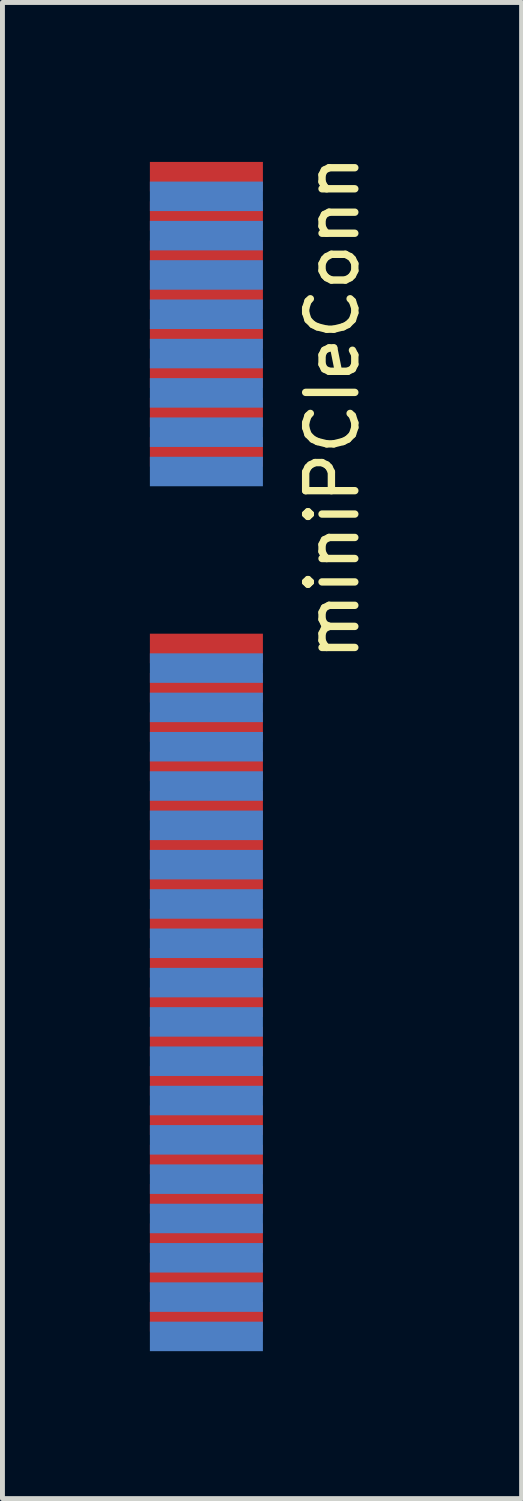
<source format=kicad_pcb>
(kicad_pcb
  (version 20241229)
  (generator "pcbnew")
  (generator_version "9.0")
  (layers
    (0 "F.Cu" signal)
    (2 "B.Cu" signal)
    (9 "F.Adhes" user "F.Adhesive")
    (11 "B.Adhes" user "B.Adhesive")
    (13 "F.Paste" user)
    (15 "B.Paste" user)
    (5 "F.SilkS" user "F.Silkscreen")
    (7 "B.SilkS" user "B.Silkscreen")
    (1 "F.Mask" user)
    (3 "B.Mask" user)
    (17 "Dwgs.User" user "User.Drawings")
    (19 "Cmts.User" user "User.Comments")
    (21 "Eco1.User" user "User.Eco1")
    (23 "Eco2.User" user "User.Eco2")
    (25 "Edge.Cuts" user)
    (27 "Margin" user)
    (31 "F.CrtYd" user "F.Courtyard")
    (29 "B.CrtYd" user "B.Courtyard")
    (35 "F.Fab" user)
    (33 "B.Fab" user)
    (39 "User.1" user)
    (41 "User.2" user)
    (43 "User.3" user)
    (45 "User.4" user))
  (footprint "miniPCIeConn"
    (layer "F.Cu")
    (at 1.15 8.495)
    (property "Reference" "miniPCIeConn" (at 2.565 -3.251 90) (layer "F.SilkS") (effects (font (size 1 1) (thickness 0.15))))
    (attr through_hole)
    (pad "1" smd rect (at 0 -7.95) (size 2.3 0.6) (layers "F.Cu" "F.Mask" "F.Paste"))
    (pad "2" smd rect (at 0 -7.55) (size 2.3 0.6) (layers "B.Cu" "B.Mask" "B.Paste"))
    (pad "3" smd rect (at 0 -7.15) (size 2.3 0.6) (layers "F.Cu" "F.Mask" "F.Paste"))
    (pad "4" smd rect (at 0 -6.75) (size 2.3 0.6) (layers "B.Cu" "B.Mask" "B.Paste"))
    (pad "5" smd rect (at 0 -6.35) (size 2.3 0.6) (layers "F.Cu" "F.Mask" "F.Paste"))
    (pad "6" smd rect (at 0 -5.95) (size 2.3 0.6) (layers "B.Cu" "B.Mask" "B.Paste"))
    (pad "7" smd rect (at 0 -5.55) (size 2.3 0.6) (layers "F.Cu" "F.Mask" "F.Paste"))
    (pad "8" smd rect (at 0 -5.15) (size 2.3 0.6) (layers "B.Cu" "B.Mask" "B.Paste"))
    (pad "9" smd rect (at 0 -4.75) (size 2.3 0.6) (layers "F.Cu" "F.Mask" "F.Paste"))
    (pad "10" smd rect (at 0 -4.35) (size 2.3 0.6) (layers "B.Cu" "B.Mask" "B.Paste"))
    (pad "11" smd rect (at 0 -3.95) (size 2.3 0.6) (layers "F.Cu" "F.Mask" "F.Paste"))
    (pad "12" smd rect (at 0 -3.55) (size 2.3 0.6) (layers "B.Cu" "B.Mask" "B.Paste"))
    (pad "13" smd rect (at 0 -3.15) (size 2.3 0.6) (layers "F.Cu" "F.Mask" "F.Paste"))
    (pad "14" smd rect (at 0 -2.75) (size 2.3 0.6) (layers "B.Cu" "B.Mask" "B.Paste"))
    (pad "15" smd rect (at 0 -2.35) (size 2.3 0.6) (layers "F.Cu" "F.Mask" "F.Paste"))
    (pad "16" smd rect (at 0 -1.95) (size 2.3 0.6) (layers "B.Cu" "B.Mask" "B.Paste"))
    (pad "17" smd rect (at 0 1.65) (size 2.3 0.6) (layers "F.Cu" "F.Mask" "F.Paste"))
    (pad "18" smd rect (at 0 2.05) (size 2.3 0.6) (layers "B.Cu" "B.Mask" "B.Paste"))
    (pad "19" smd rect (at 0 2.45) (size 2.3 0.6) (layers "F.Cu" "F.Mask" "F.Paste"))
    (pad "20" smd rect (at 0 2.85) (size 2.3 0.6) (layers "B.Cu" "B.Mask" "B.Paste"))
    (pad "21" smd rect (at 0 3.25) (size 2.3 0.6) (layers "F.Cu" "F.Mask" "F.Paste"))
    (pad "22" smd rect (at 0 3.65) (size 2.3 0.6) (layers "B.Cu" "B.Mask" "B.Paste"))
    (pad "23" smd rect (at 0 4.05) (size 2.3 0.6) (layers "F.Cu" "F.Mask" "F.Paste"))
    (pad "24" smd rect (at 0 4.45) (size 2.3 0.6) (layers "B.Cu" "B.Mask" "B.Paste"))
    (pad "25" smd rect (at 0 4.85) (size 2.3 0.6) (layers "F.Cu" "F.Mask" "F.Paste"))
    (pad "26" smd rect (at 0 5.25) (size 2.3 0.6) (layers "B.Cu" "B.Mask" "B.Paste"))
    (pad "27" smd rect (at 0 5.65) (size 2.3 0.6) (layers "F.Cu" "F.Mask" "F.Paste"))
    (pad "28" smd rect (at 0 6.05) (size 2.3 0.6) (layers "B.Cu" "B.Mask" "B.Paste"))
    (pad "29" smd rect (at 0 6.45) (size 2.3 0.6) (layers "F.Cu" "F.Mask" "F.Paste"))
    (pad "30" smd rect (at 0 6.85) (size 2.3 0.6) (layers "B.Cu" "B.Mask" "B.Paste"))
    (pad "31" smd rect (at 0 7.25) (size 2.3 0.6) (layers "F.Cu" "F.Mask" "F.Paste"))
    (pad "32" smd rect (at 0 7.65) (size 2.3 0.6) (layers "B.Cu" "B.Mask" "B.Paste"))
    (pad "33" smd rect (at 0 8.05) (size 2.3 0.6) (layers "F.Cu" "F.Mask" "F.Paste"))
    (pad "34" smd rect (at 0 8.45) (size 2.3 0.6) (layers "B.Cu" "B.Mask" "B.Paste"))
    (pad "35" smd rect (at 0 8.85) (size 2.3 0.6) (layers "F.Cu" "F.Mask" "F.Paste"))
    (pad "36" smd rect (at 0 9.25) (size 2.3 0.6) (layers "B.Cu" "B.Mask" "B.Paste"))
    (pad "37" smd rect (at 0 9.65) (size 2.3 0.6) (layers "F.Cu" "F.Mask" "F.Paste"))
    (pad "38" smd rect (at 0 10.05) (size 2.3 0.6) (layers "B.Cu" "B.Mask" "B.Paste"))
    (pad "39" smd rect (at 0 10.45) (size 2.3 0.6) (layers "F.Cu" "F.Mask" "F.Paste"))
    (pad "40" smd rect (at 0 10.85) (size 2.3 0.6) (layers "B.Cu" "B.Mask" "B.Paste"))
    (pad "41" smd rect (at 0 11.25) (size 2.3 0.6) (layers "F.Cu" "F.Mask" "F.Paste"))
    (pad "42" smd rect (at 0 11.65) (size 2.3 0.6) (layers "B.Cu" "B.Mask" "B.Paste"))
    (pad "43" smd rect (at 0 12.05) (size 2.3 0.6) (layers "F.Cu" "F.Mask" "F.Paste"))
    (pad "44" smd rect (at 0 12.45) (size 2.3 0.6) (layers "B.Cu" "B.Mask" "B.Paste"))
    (pad "45" smd rect (at 0 12.85) (size 2.3 0.6) (layers "F.Cu" "F.Mask" "F.Paste"))
    (pad "46" smd rect (at 0 13.25) (size 2.3 0.6) (layers "B.Cu" "B.Mask" "B.Paste"))
    (pad "47" smd rect (at 0 13.65) (size 2.3 0.6) (layers "F.Cu" "F.Mask" "F.Paste"))
    (pad "48" smd rect (at 0 14.05) (size 2.3 0.6) (layers "B.Cu" "B.Mask" "B.Paste"))
    (pad "49" smd rect (at 0 14.45) (size 2.3 0.6) (layers "F.Cu" "F.Mask" "F.Paste"))
    (pad "50" smd rect (at 0 14.85) (size 2.3 0.6) (layers "B.Cu" "B.Mask" "B.Paste"))
    (pad "51" smd rect (at 0 15.25) (size 2.3 0.6) (layers "F.Cu" "F.Mask" "F.Paste"))
    (pad "52" smd rect (at 0 15.65) (size 2.3 0.6) (layers "B.Cu" "B.Mask" "B.Paste")))
  (gr_rect
    (start -3 -3)
    (end 7.564 27.445)
    (stroke (width 0.1) (type default))
    (fill no)
    (layer "Edge.Cuts")))
</source>
